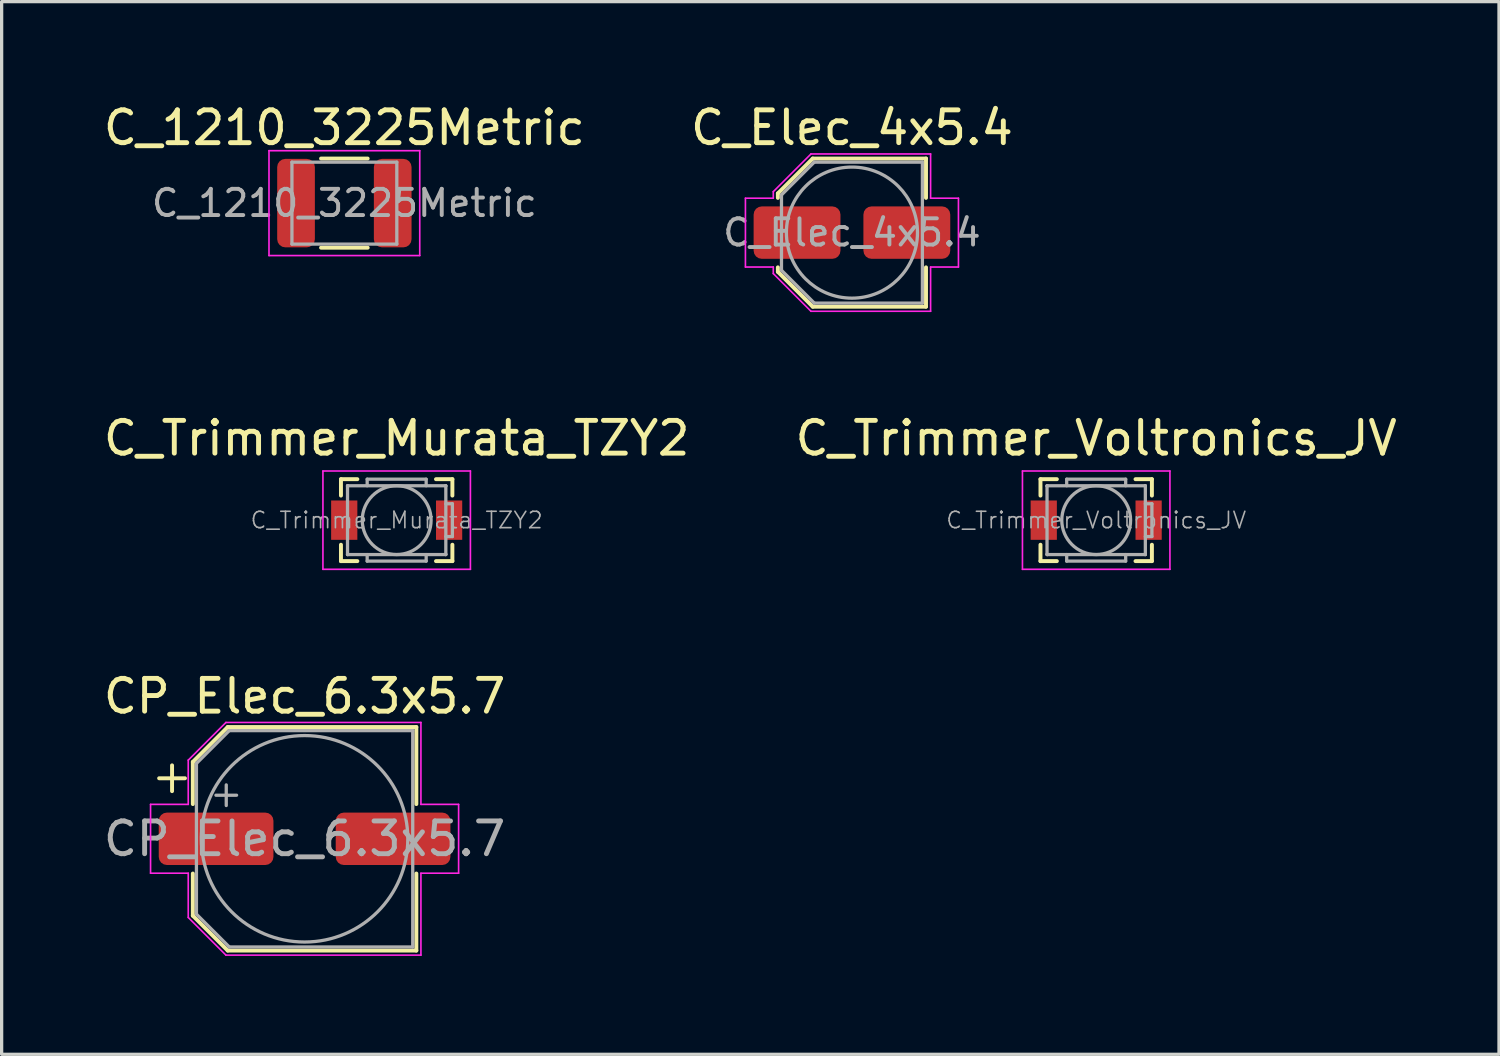
<source format=kicad_pcb>
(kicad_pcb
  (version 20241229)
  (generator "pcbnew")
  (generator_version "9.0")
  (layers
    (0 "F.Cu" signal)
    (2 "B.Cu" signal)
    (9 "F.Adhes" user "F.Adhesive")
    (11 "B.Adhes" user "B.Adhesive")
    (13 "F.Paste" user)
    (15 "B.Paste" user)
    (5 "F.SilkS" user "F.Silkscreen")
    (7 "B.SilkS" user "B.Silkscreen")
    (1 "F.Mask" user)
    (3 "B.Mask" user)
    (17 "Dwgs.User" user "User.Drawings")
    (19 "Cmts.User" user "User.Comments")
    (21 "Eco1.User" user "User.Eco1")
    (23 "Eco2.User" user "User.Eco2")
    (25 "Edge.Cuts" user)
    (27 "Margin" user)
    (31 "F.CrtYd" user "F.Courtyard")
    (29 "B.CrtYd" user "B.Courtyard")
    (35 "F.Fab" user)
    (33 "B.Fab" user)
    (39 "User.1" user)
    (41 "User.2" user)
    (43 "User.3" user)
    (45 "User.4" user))
  (footprint "C_Elec_4x5.4"
    (layer "F.Cu")
    (at 22.946 4.048)
    (property "Reference" "C_Elec_4x5.4" (at 0 -3.2 0) (layer "F.SilkS") (effects (font (size 1 1) (thickness 0.15))))
    (attr smd)
    (fp_line (start -2.26 -1.196) (end -2.26 -1.06) (stroke (width 0.12) (type solid)) (layer "F.SilkS"))
    (fp_line (start -2.26 -1.196) (end -1.196 -2.26) (stroke (width 0.12) (type solid)) (layer "F.SilkS"))
    (fp_line (start -2.26 1.196) (end -2.26 1.06) (stroke (width 0.12) (type solid)) (layer "F.SilkS"))
    (fp_line (start -2.26 1.196) (end -1.196 2.26) (stroke (width 0.12) (type solid)) (layer "F.SilkS"))
    (fp_line (start -1.196 -2.26) (end 2.26 -2.26) (stroke (width 0.12) (type solid)) (layer "F.SilkS"))
    (fp_line (start -1.196 2.26) (end 2.26 2.26) (stroke (width 0.12) (type solid)) (layer "F.SilkS"))
    (fp_line (start 2.26 -2.26) (end 2.26 -1.06) (stroke (width 0.12) (type solid)) (layer "F.SilkS"))
    (fp_line (start 2.26 2.26) (end 2.26 1.06) (stroke (width 0.12) (type solid)) (layer "F.SilkS"))
    (fp_line (start -3.25 -1.05) (end -3.25 1.05) (stroke (width 0.05) (type solid)) (layer "F.CrtYd"))
    (fp_line (start -3.25 1.05) (end -2.4 1.05) (stroke (width 0.05) (type solid)) (layer "F.CrtYd"))
    (fp_line (start -2.4 -1.25) (end -2.4 -1.05) (stroke (width 0.05) (type solid)) (layer "F.CrtYd"))
    (fp_line (start -2.4 -1.25) (end -1.25 -2.4) (stroke (width 0.05) (type solid)) (layer "F.CrtYd"))
    (fp_line (start -2.4 -1.05) (end -3.25 -1.05) (stroke (width 0.05) (type solid)) (layer "F.CrtYd"))
    (fp_line (start -2.4 1.05) (end -2.4 1.25) (stroke (width 0.05) (type solid)) (layer "F.CrtYd"))
    (fp_line (start -2.4 1.25) (end -1.25 2.4) (stroke (width 0.05) (type solid)) (layer "F.CrtYd"))
    (fp_line (start -1.25 -2.4) (end 2.4 -2.4) (stroke (width 0.05) (type solid)) (layer "F.CrtYd"))
    (fp_line (start -1.25 2.4) (end 2.4 2.4) (stroke (width 0.05) (type solid)) (layer "F.CrtYd"))
    (fp_line (start 2.4 -2.4) (end 2.4 -1.05) (stroke (width 0.05) (type solid)) (layer "F.CrtYd"))
    (fp_line (start 2.4 -1.05) (end 3.25 -1.05) (stroke (width 0.05) (type solid)) (layer "F.CrtYd"))
    (fp_line (start 2.4 1.05) (end 2.4 2.4) (stroke (width 0.05) (type solid)) (layer "F.CrtYd"))
    (fp_line (start 3.25 -1.05) (end 3.25 1.05) (stroke (width 0.05) (type solid)) (layer "F.CrtYd"))
    (fp_line (start 3.25 1.05) (end 2.4 1.05) (stroke (width 0.05) (type solid)) (layer "F.CrtYd"))
    (fp_line (start -2.15 -1.15) (end -2.15 1.15) (stroke (width 0.1) (type solid)) (layer "F.Fab"))
    (fp_line (start -2.15 -1.15) (end -1.15 -2.15) (stroke (width 0.1) (type solid)) (layer "F.Fab"))
    (fp_line (start -2.15 1.15) (end -1.15 2.15) (stroke (width 0.1) (type solid)) (layer "F.Fab"))
    (fp_line (start -1.15 -2.15) (end 2.15 -2.15) (stroke (width 0.1) (type solid)) (layer "F.Fab"))
    (fp_line (start -1.15 2.15) (end 2.15 2.15) (stroke (width 0.1) (type solid)) (layer "F.Fab"))
    (fp_line (start 2.15 -2.15) (end 2.15 2.15) (stroke (width 0.1) (type solid)) (layer "F.Fab"))
    (fp_circle (center 0 0) (end 2 0) (stroke (width 0.1) (type solid)) (fill no) (layer "F.Fab"))
    (fp_text user "${REFERENCE}" (at 0 0 0) (layer "F.Fab") (effects (font (size 0.8 0.8) (thickness 0.12))))
    (pad "1" smd roundrect (at -1.675 0) (size 2.65 1.6) (layers "F.Cu" "F.Mask" "F.Paste") (roundrect_rratio 0.156))
    (pad "2" smd roundrect (at 1.675 0) (size 2.65 1.6) (layers "F.Cu" "F.Mask" "F.Paste") (roundrect_rratio 0.156)))
  (footprint "CP_Elec_6.3x5.7"
    (layer "F.Cu")
    (at 6.244 22.545)
    (property "Reference" "CP_Elec_6.3x5.7" (at 0 -4.35 0) (layer "F.SilkS") (effects (font (size 1 1) (thickness 0.15))))
    (attr smd)
    (fp_line (start -4.438 -1.847) (end -3.65 -1.847) (stroke (width 0.12) (type solid)) (layer "F.SilkS"))
    (fp_line (start -4.044 -2.241) (end -4.044 -1.454) (stroke (width 0.12) (type solid)) (layer "F.SilkS"))
    (fp_line (start -3.41 -2.346) (end -3.41 -1.06) (stroke (width 0.12) (type solid)) (layer "F.SilkS"))
    (fp_line (start -3.41 -2.346) (end -2.346 -3.41) (stroke (width 0.12) (type solid)) (layer "F.SilkS"))
    (fp_line (start -3.41 2.346) (end -3.41 1.06) (stroke (width 0.12) (type solid)) (layer "F.SilkS"))
    (fp_line (start -3.41 2.346) (end -2.346 3.41) (stroke (width 0.12) (type solid)) (layer "F.SilkS"))
    (fp_line (start -2.346 -3.41) (end 3.41 -3.41) (stroke (width 0.12) (type solid)) (layer "F.SilkS"))
    (fp_line (start -2.346 3.41) (end 3.41 3.41) (stroke (width 0.12) (type solid)) (layer "F.SilkS"))
    (fp_line (start 3.41 -3.41) (end 3.41 -1.06) (stroke (width 0.12) (type solid)) (layer "F.SilkS"))
    (fp_line (start 3.41 3.41) (end 3.41 1.06) (stroke (width 0.12) (type solid)) (layer "F.SilkS"))
    (fp_line (start -4.7 -1.05) (end -4.7 1.05) (stroke (width 0.05) (type solid)) (layer "F.CrtYd"))
    (fp_line (start -4.7 1.05) (end -3.55 1.05) (stroke (width 0.05) (type solid)) (layer "F.CrtYd"))
    (fp_line (start -3.55 -2.4) (end -3.55 -1.05) (stroke (width 0.05) (type solid)) (layer "F.CrtYd"))
    (fp_line (start -3.55 -2.4) (end -2.4 -3.55) (stroke (width 0.05) (type solid)) (layer "F.CrtYd"))
    (fp_line (start -3.55 -1.05) (end -4.7 -1.05) (stroke (width 0.05) (type solid)) (layer "F.CrtYd"))
    (fp_line (start -3.55 1.05) (end -3.55 2.4) (stroke (width 0.05) (type solid)) (layer "F.CrtYd"))
    (fp_line (start -3.55 2.4) (end -2.4 3.55) (stroke (width 0.05) (type solid)) (layer "F.CrtYd"))
    (fp_line (start -2.4 -3.55) (end 3.55 -3.55) (stroke (width 0.05) (type solid)) (layer "F.CrtYd"))
    (fp_line (start -2.4 3.55) (end 3.55 3.55) (stroke (width 0.05) (type solid)) (layer "F.CrtYd"))
    (fp_line (start 3.55 -3.55) (end 3.55 -1.05) (stroke (width 0.05) (type solid)) (layer "F.CrtYd"))
    (fp_line (start 3.55 -1.05) (end 4.7 -1.05) (stroke (width 0.05) (type solid)) (layer "F.CrtYd"))
    (fp_line (start 3.55 1.05) (end 3.55 3.55) (stroke (width 0.05) (type solid)) (layer "F.CrtYd"))
    (fp_line (start 4.7 -1.05) (end 4.7 1.05) (stroke (width 0.05) (type solid)) (layer "F.CrtYd"))
    (fp_line (start 4.7 1.05) (end 3.55 1.05) (stroke (width 0.05) (type solid)) (layer "F.CrtYd"))
    (fp_line (start -3.3 -2.3) (end -3.3 2.3) (stroke (width 0.1) (type solid)) (layer "F.Fab"))
    (fp_line (start -3.3 -2.3) (end -2.3 -3.3) (stroke (width 0.1) (type solid)) (layer "F.Fab"))
    (fp_line (start -3.3 2.3) (end -2.3 3.3) (stroke (width 0.1) (type solid)) (layer "F.Fab"))
    (fp_line (start -2.705 -1.33) (end -2.075 -1.33) (stroke (width 0.1) (type solid)) (layer "F.Fab"))
    (fp_line (start -2.39 -1.645) (end -2.39 -1.015) (stroke (width 0.1) (type solid)) (layer "F.Fab"))
    (fp_line (start -2.3 -3.3) (end 3.3 -3.3) (stroke (width 0.1) (type solid)) (layer "F.Fab"))
    (fp_line (start -2.3 3.3) (end 3.3 3.3) (stroke (width 0.1) (type solid)) (layer "F.Fab"))
    (fp_line (start 3.3 -3.3) (end 3.3 3.3) (stroke (width 0.1) (type solid)) (layer "F.Fab"))
    (fp_circle (center 0 0) (end 3.15 0) (stroke (width 0.1) (type solid)) (fill no) (layer "F.Fab"))
    (fp_text user "${REFERENCE}" (at 0 0 0) (layer "F.Fab") (effects (font (size 1 1) (thickness 0.15))))
    (pad "1" smd roundrect (at -2.7 0) (size 3.5 1.6) (layers "F.Cu" "F.Mask" "F.Paste") (roundrect_rratio 0.156))
    (pad "2" smd roundrect (at 2.7 0) (size 3.5 1.6) (layers "F.Cu" "F.Mask" "F.Paste") (roundrect_rratio 0.156)))
  (footprint "C_Trimmer_Voltronics_JV"
    (layer "F.Cu")
    (at 30.399 12.822)
    (property "Reference" "C_Trimmer_Voltronics_JV" (at 0 -2.5 0) (layer "F.SilkS") (effects (font (size 1 1) (thickness 0.15))))
    (attr smd)
    (fp_line (start -1.7 -1.25) (end -1.7 -0.75) (stroke (width 0.12) (type solid)) (layer "F.SilkS"))
    (fp_line (start -1.7 -1.25) (end -1.2 -1.25) (stroke (width 0.12) (type solid)) (layer "F.SilkS"))
    (fp_line (start -1.7 1.25) (end -1.7 0.75) (stroke (width 0.12) (type solid)) (layer "F.SilkS"))
    (fp_line (start -1.7 1.25) (end -1.2 1.25) (stroke (width 0.12) (type solid)) (layer "F.SilkS"))
    (fp_line (start 1.7 -1.25) (end 1.2 -1.25) (stroke (width 0.12) (type solid)) (layer "F.SilkS"))
    (fp_line (start 1.7 -1.25) (end 1.7 -0.75) (stroke (width 0.12) (type solid)) (layer "F.SilkS"))
    (fp_line (start 1.7 1.25) (end 1.2 1.25) (stroke (width 0.12) (type solid)) (layer "F.SilkS"))
    (fp_line (start 1.7 1.25) (end 1.7 0.75) (stroke (width 0.12) (type solid)) (layer "F.SilkS"))
    (fp_line (start -2.25 -1.5) (end -2.25 1.5) (stroke (width 0.05) (type solid)) (layer "F.CrtYd"))
    (fp_line (start -2.25 1.5) (end 2.25 1.5) (stroke (width 0.05) (type solid)) (layer "F.CrtYd"))
    (fp_line (start 2.25 -1.5) (end -2.25 -1.5) (stroke (width 0.05) (type solid)) (layer "F.CrtYd"))
    (fp_line (start 2.25 1.5) (end 2.25 -1.5) (stroke (width 0.05) (type solid)) (layer "F.CrtYd"))
    (fp_line (start -1.5 -1.05) (end -1.49 -1.05) (stroke (width 0.1) (type solid)) (layer "F.Fab"))
    (fp_line (start -1.5 -1.04) (end -1.5 -1.05) (stroke (width 0.1) (type solid)) (layer "F.Fab"))
    (fp_line (start -1.5 1.04) (end -1.5 -1.04) (stroke (width 0.1) (type solid)) (layer "F.Fab"))
    (fp_line (start -1.5 1.05) (end -1.5 1.04) (stroke (width 0.1) (type solid)) (layer "F.Fab"))
    (fp_line (start -1.49 -1.05) (end 1.49 -1.05) (stroke (width 0.1) (type solid)) (layer "F.Fab"))
    (fp_line (start -1.49 1.05) (end -1.5 1.05) (stroke (width 0.1) (type solid)) (layer "F.Fab"))
    (fp_line (start -0.9 -1.25) (end 0.9 -1.25) (stroke (width 0.1) (type solid)) (layer "F.Fab"))
    (fp_line (start -0.9 -1.05) (end -0.9 -1.25) (stroke (width 0.1) (type solid)) (layer "F.Fab"))
    (fp_line (start -0.9 1.05) (end -0.9 1.25) (stroke (width 0.1) (type solid)) (layer "F.Fab"))
    (fp_line (start -0.9 1.25) (end 0.9 1.25) (stroke (width 0.1) (type solid)) (layer "F.Fab"))
    (fp_line (start 0.9 -1.25) (end 0.9 -1.05) (stroke (width 0.1) (type solid)) (layer "F.Fab"))
    (fp_line (start 0.9 1.25) (end 0.9 1.05) (stroke (width 0.1) (type solid)) (layer "F.Fab"))
    (fp_line (start 1.49 -1.05) (end 1.5 -1.05) (stroke (width 0.1) (type solid)) (layer "F.Fab"))
    (fp_line (start 1.49 1.05) (end -1.49 1.05) (stroke (width 0.1) (type solid)) (layer "F.Fab"))
    (fp_line (start 1.5 -1.05) (end 1.5 -1.04) (stroke (width 0.1) (type solid)) (layer "F.Fab"))
    (fp_line (start 1.5 -1.04) (end 1.5 1.04) (stroke (width 0.1) (type solid)) (layer "F.Fab"))
    (fp_line (start 1.5 -0.5) (end 1.7 -0.5) (stroke (width 0.1) (type solid)) (layer "F.Fab"))
    (fp_line (start 1.5 1.04) (end 1.5 1.05) (stroke (width 0.1) (type solid)) (layer "F.Fab"))
    (fp_line (start 1.5 1.05) (end 1.49 1.05) (stroke (width 0.1) (type solid)) (layer "F.Fab"))
    (fp_line (start 1.7 -0.5) (end 1.7 0.5) (stroke (width 0.1) (type solid)) (layer "F.Fab"))
    (fp_line (start 1.7 0.5) (end 1.5 0.5) (stroke (width 0.1) (type solid)) (layer "F.Fab"))
    (fp_circle (center 0 0) (end 1.05 0) (stroke (width 0.1) (type solid)) (fill no) (layer "F.Fab"))
    (fp_text user "${REFERENCE}" (at 0 0 0) (layer "F.Fab") (effects (font (size 0.5 0.5) (thickness 0.05))))
    (pad "1" smd rect (at -1.6 0) (size 0.8 1.2) (layers "F.Cu" "F.Mask" "F.Paste"))
    (pad "2" smd rect (at 1.6 0) (size 0.8 1.2) (layers "F.Cu" "F.Mask" "F.Paste")))
  (footprint "C_Trimmer_Murata_TZY2"
    (layer "F.Cu")
    (at 9.054 12.822)
    (property "Reference" "C_Trimmer_Murata_TZY2" (at 0 -2.5 0) (layer "F.SilkS") (effects (font (size 1 1) (thickness 0.15))))
    (attr smd)
    (fp_line (start -1.7 -1.25) (end -1.7 -0.75) (stroke (width 0.12) (type solid)) (layer "F.SilkS"))
    (fp_line (start -1.7 -1.25) (end -1.2 -1.25) (stroke (width 0.12) (type solid)) (layer "F.SilkS"))
    (fp_line (start -1.7 1.25) (end -1.7 0.75) (stroke (width 0.12) (type solid)) (layer "F.SilkS"))
    (fp_line (start -1.7 1.25) (end -1.2 1.25) (stroke (width 0.12) (type solid)) (layer "F.SilkS"))
    (fp_line (start 1.7 -1.25) (end 1.2 -1.25) (stroke (width 0.12) (type solid)) (layer "F.SilkS"))
    (fp_line (start 1.7 -1.25) (end 1.7 -0.75) (stroke (width 0.12) (type solid)) (layer "F.SilkS"))
    (fp_line (start 1.7 1.25) (end 1.2 1.25) (stroke (width 0.12) (type solid)) (layer "F.SilkS"))
    (fp_line (start 1.7 1.25) (end 1.7 0.75) (stroke (width 0.12) (type solid)) (layer "F.SilkS"))
    (fp_line (start -2.25 -1.5) (end -2.25 1.5) (stroke (width 0.05) (type solid)) (layer "F.CrtYd"))
    (fp_line (start -2.25 1.5) (end 2.25 1.5) (stroke (width 0.05) (type solid)) (layer "F.CrtYd"))
    (fp_line (start 2.25 -1.5) (end -2.25 -1.5) (stroke (width 0.05) (type solid)) (layer "F.CrtYd"))
    (fp_line (start 2.25 1.5) (end 2.25 -1.5) (stroke (width 0.05) (type solid)) (layer "F.CrtYd"))
    (fp_line (start -1.5 -1.05) (end -1.49 -1.05) (stroke (width 0.1) (type solid)) (layer "F.Fab"))
    (fp_line (start -1.5 -1.04) (end -1.5 -1.05) (stroke (width 0.1) (type solid)) (layer "F.Fab"))
    (fp_line (start -1.5 1.04) (end -1.5 -1.04) (stroke (width 0.1) (type solid)) (layer "F.Fab"))
    (fp_line (start -1.5 1.05) (end -1.5 1.04) (stroke (width 0.1) (type solid)) (layer "F.Fab"))
    (fp_line (start -1.49 -1.05) (end 1.49 -1.05) (stroke (width 0.1) (type solid)) (layer "F.Fab"))
    (fp_line (start -1.49 1.05) (end -1.5 1.05) (stroke (width 0.1) (type solid)) (layer "F.Fab"))
    (fp_line (start -0.9 -1.25) (end 0.9 -1.25) (stroke (width 0.1) (type solid)) (layer "F.Fab"))
    (fp_line (start -0.9 -1.05) (end -0.9 -1.25) (stroke (width 0.1) (type solid)) (layer "F.Fab"))
    (fp_line (start -0.9 1.05) (end -0.9 1.25) (stroke (width 0.1) (type solid)) (layer "F.Fab"))
    (fp_line (start -0.9 1.25) (end 0.9 1.25) (stroke (width 0.1) (type solid)) (layer "F.Fab"))
    (fp_line (start 0.9 -1.25) (end 0.9 -1.05) (stroke (width 0.1) (type solid)) (layer "F.Fab"))
    (fp_line (start 0.9 1.25) (end 0.9 1.05) (stroke (width 0.1) (type solid)) (layer "F.Fab"))
    (fp_line (start 1.49 -1.05) (end 1.5 -1.05) (stroke (width 0.1) (type solid)) (layer "F.Fab"))
    (fp_line (start 1.49 1.05) (end -1.49 1.05) (stroke (width 0.1) (type solid)) (layer "F.Fab"))
    (fp_line (start 1.5 -1.05) (end 1.5 -1.04) (stroke (width 0.1) (type solid)) (layer "F.Fab"))
    (fp_line (start 1.5 -1.04) (end 1.5 1.04) (stroke (width 0.1) (type solid)) (layer "F.Fab"))
    (fp_line (start 1.5 -0.5) (end 1.7 -0.5) (stroke (width 0.1) (type solid)) (layer "F.Fab"))
    (fp_line (start 1.5 1.04) (end 1.5 1.05) (stroke (width 0.1) (type solid)) (layer "F.Fab"))
    (fp_line (start 1.5 1.05) (end 1.49 1.05) (stroke (width 0.1) (type solid)) (layer "F.Fab"))
    (fp_line (start 1.7 -0.5) (end 1.7 0.5) (stroke (width 0.1) (type solid)) (layer "F.Fab"))
    (fp_line (start 1.7 0.5) (end 1.5 0.5) (stroke (width 0.1) (type solid)) (layer "F.Fab"))
    (fp_circle (center 0 0) (end 1.05 0) (stroke (width 0.1) (type solid)) (fill no) (layer "F.Fab"))
    (fp_text user "${REFERENCE}" (at 0 0 0) (layer "F.Fab") (effects (font (size 0.5 0.5) (thickness 0.05))))
    (pad "1" smd rect (at -1.6 0) (size 0.8 1.2) (layers "F.Cu" "F.Mask" "F.Paste"))
    (pad "2" smd rect (at 1.6 0) (size 0.8 1.2) (layers "F.Cu" "F.Mask" "F.Paste")))
  (footprint "C_1210_3225Metric"
    (layer "F.Cu")
    (at 7.458 3.148)
    (property "Reference" "C_1210_3225Metric" (at 0 -2.3 0) (layer "F.SilkS") (effects (font (size 1 1) (thickness 0.15))))
    (attr smd)
    (fp_line (start -0.711 -1.36) (end 0.711 -1.36) (stroke (width 0.12) (type solid)) (layer "F.SilkS"))
    (fp_line (start -0.711 1.36) (end 0.711 1.36) (stroke (width 0.12) (type solid)) (layer "F.SilkS"))
    (fp_line (start -2.3 -1.6) (end 2.3 -1.6) (stroke (width 0.05) (type solid)) (layer "F.CrtYd"))
    (fp_line (start -2.3 1.6) (end -2.3 -1.6) (stroke (width 0.05) (type solid)) (layer "F.CrtYd"))
    (fp_line (start 2.3 -1.6) (end 2.3 1.6) (stroke (width 0.05) (type solid)) (layer "F.CrtYd"))
    (fp_line (start 2.3 1.6) (end -2.3 1.6) (stroke (width 0.05) (type solid)) (layer "F.CrtYd"))
    (fp_line (start -1.6 -1.25) (end 1.6 -1.25) (stroke (width 0.1) (type solid)) (layer "F.Fab"))
    (fp_line (start -1.6 1.25) (end -1.6 -1.25) (stroke (width 0.1) (type solid)) (layer "F.Fab"))
    (fp_line (start 1.6 -1.25) (end 1.6 1.25) (stroke (width 0.1) (type solid)) (layer "F.Fab"))
    (fp_line (start 1.6 1.25) (end -1.6 1.25) (stroke (width 0.1) (type solid)) (layer "F.Fab"))
    (fp_text user "${REFERENCE}" (at 0 0 0) (layer "F.Fab") (effects (font (size 0.8 0.8) (thickness 0.12))))
    (pad "1" smd roundrect (at -1.475 0) (size 1.15 2.7) (layers "F.Cu" "F.Mask" "F.Paste") (roundrect_rratio 0.217))
    (pad "2" smd roundrect (at 1.475 0) (size 1.15 2.7) (layers "F.Cu" "F.Mask" "F.Paste") (roundrect_rratio 0.217)))
  (gr_rect
    (start -3 -3)
    (end 42.69 29.12)
    (stroke (width 0.1) (type default))
    (fill no)
    (layer "Edge.Cuts")))
</source>
